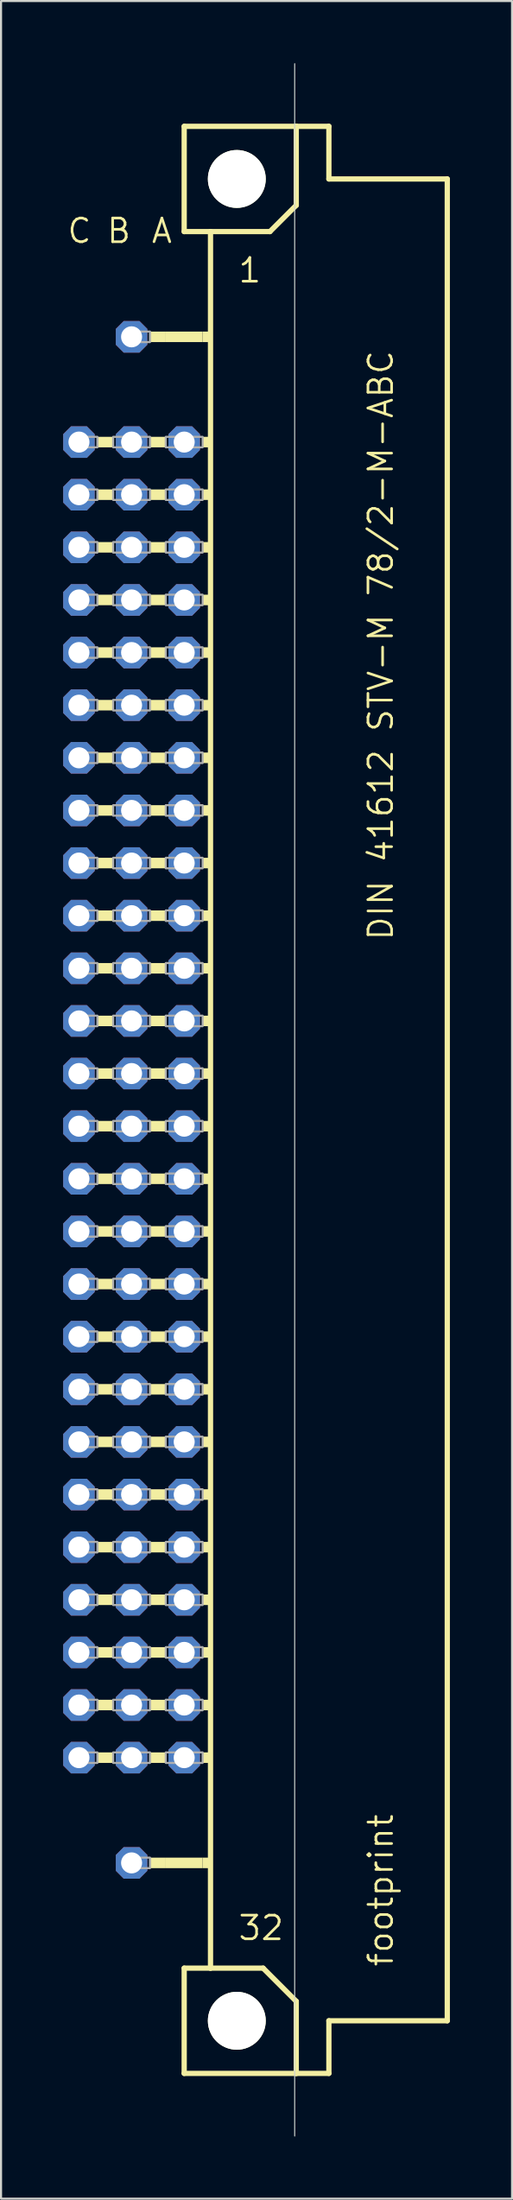
<source format=kicad_pcb>
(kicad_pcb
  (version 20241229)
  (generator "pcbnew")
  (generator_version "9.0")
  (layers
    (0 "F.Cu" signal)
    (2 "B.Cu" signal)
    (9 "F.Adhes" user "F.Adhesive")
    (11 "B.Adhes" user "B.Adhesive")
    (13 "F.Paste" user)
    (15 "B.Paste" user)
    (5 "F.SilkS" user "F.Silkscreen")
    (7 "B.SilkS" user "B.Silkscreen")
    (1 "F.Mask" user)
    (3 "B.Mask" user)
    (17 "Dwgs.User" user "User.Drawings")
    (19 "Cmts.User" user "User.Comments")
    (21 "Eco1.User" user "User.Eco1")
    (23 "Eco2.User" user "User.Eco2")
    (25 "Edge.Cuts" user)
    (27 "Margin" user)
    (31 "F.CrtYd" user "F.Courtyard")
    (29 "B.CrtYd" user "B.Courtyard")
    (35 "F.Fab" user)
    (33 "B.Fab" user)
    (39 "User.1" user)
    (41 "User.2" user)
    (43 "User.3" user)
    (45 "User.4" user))
  (footprint "footprint"
    (layer "F.Cu")
    (at 8.382 50.038)
    (property "Reference" "footprint" (at 7.62 41.91 90) (layer "F.SilkS") (effects (font (size 1.143 1.143) (thickness 0.127)) (justify left bottom)))
    (fp_line (start -2.54 -46.99) (end -2.54 -41.91) (stroke (width 0.254) (type solid)) (layer "F.SilkS"))
    (fp_line (start -2.54 -41.91) (end -1.27 -41.91) (stroke (width 0.254) (type solid)) (layer "F.SilkS"))
    (fp_line (start -2.54 41.91) (end -2.54 46.99) (stroke (width 0.254) (type solid)) (layer "F.SilkS"))
    (fp_line (start -2.54 41.91) (end -1.27 41.91) (stroke (width 0.254) (type solid)) (layer "F.SilkS"))
    (fp_line (start -2.54 46.99) (end 2.87 46.99) (stroke (width 0.254) (type solid)) (layer "F.SilkS"))
    (fp_line (start -1.27 -41.91) (end -1.27 41.91) (stroke (width 0.254) (type solid)) (layer "F.SilkS"))
    (fp_line (start -1.27 -41.91) (end 1.6 -41.91) (stroke (width 0.254) (type solid)) (layer "F.SilkS"))
    (fp_line (start -1.27 41.91) (end 1.27 41.91) (stroke (width 0.254) (type solid)) (layer "F.SilkS"))
    (fp_line (start 1.6 -41.91) (end 2.87 -43.18) (stroke (width 0.254) (type solid)) (layer "F.SilkS"))
    (fp_line (start 2.87 -46.99) (end -2.54 -46.99) (stroke (width 0.254) (type solid)) (layer "F.SilkS"))
    (fp_line (start 2.87 -43.18) (end 2.87 -46.99) (stroke (width 0.254) (type solid)) (layer "F.SilkS"))
    (fp_line (start 2.87 43.51) (end 1.27 41.91) (stroke (width 0.254) (type solid)) (layer "F.SilkS"))
    (fp_line (start 2.87 43.51) (end 2.87 46.99) (stroke (width 0.254) (type solid)) (layer "F.SilkS"))
    (fp_line (start 2.87 46.99) (end 4.445 46.99) (stroke (width 0.254) (type solid)) (layer "F.SilkS"))
    (fp_line (start 4.445 -46.99) (end 2.87 -46.99) (stroke (width 0.254) (type solid)) (layer "F.SilkS"))
    (fp_line (start 4.445 -44.45) (end 4.445 -46.99) (stroke (width 0.254) (type solid)) (layer "F.SilkS"))
    (fp_line (start 4.445 44.45) (end 10.16 44.45) (stroke (width 0.254) (type solid)) (layer "F.SilkS"))
    (fp_line (start 4.445 46.99) (end 4.445 44.45) (stroke (width 0.254) (type solid)) (layer "F.SilkS"))
    (fp_line (start 10.16 -44.45) (end 4.445 -44.45) (stroke (width 0.254) (type solid)) (layer "F.SilkS"))
    (fp_line (start 10.16 44.45) (end 10.16 -44.45) (stroke (width 0.254) (type solid)) (layer "F.SilkS"))
    (fp_circle (center 0 -44.45) (end 1.27 -44.45) (stroke (width 0.254) (type solid)) (fill no) (layer "F.SilkS"))
    (fp_circle (center 0 44.45) (end 1.27 44.45) (stroke (width 0.254) (type solid)) (fill no) (layer "F.SilkS"))
    (fp_poly (pts (xy -6.731 -31.496) (xy -5.969 -31.496) (xy -5.969 -32.004) (xy -6.731 -32.004)) (stroke (width 0) (type solid)) (fill yes) (layer "F.SilkS"))
    (fp_poly (pts (xy -6.731 -28.956) (xy -5.969 -28.956) (xy -5.969 -29.464) (xy -6.731 -29.464)) (stroke (width 0) (type solid)) (fill yes) (layer "F.SilkS"))
    (fp_poly (pts (xy -6.731 -26.416) (xy -5.969 -26.416) (xy -5.969 -26.924) (xy -6.731 -26.924)) (stroke (width 0) (type solid)) (fill yes) (layer "F.SilkS"))
    (fp_poly (pts (xy -6.731 -23.876) (xy -5.969 -23.876) (xy -5.969 -24.384) (xy -6.731 -24.384)) (stroke (width 0) (type solid)) (fill yes) (layer "F.SilkS"))
    (fp_poly (pts (xy -6.731 -21.336) (xy -5.969 -21.336) (xy -5.969 -21.844) (xy -6.731 -21.844)) (stroke (width 0) (type solid)) (fill yes) (layer "F.SilkS"))
    (fp_poly (pts (xy -6.731 -18.796) (xy -5.969 -18.796) (xy -5.969 -19.304) (xy -6.731 -19.304)) (stroke (width 0) (type solid)) (fill yes) (layer "F.SilkS"))
    (fp_poly (pts (xy -6.731 -16.256) (xy -5.969 -16.256) (xy -5.969 -16.764) (xy -6.731 -16.764)) (stroke (width 0) (type solid)) (fill yes) (layer "F.SilkS"))
    (fp_poly (pts (xy -6.731 -13.716) (xy -5.969 -13.716) (xy -5.969 -14.224) (xy -6.731 -14.224)) (stroke (width 0) (type solid)) (fill yes) (layer "F.SilkS"))
    (fp_poly (pts (xy -6.731 -11.176) (xy -5.969 -11.176) (xy -5.969 -11.684) (xy -6.731 -11.684)) (stroke (width 0) (type solid)) (fill yes) (layer "F.SilkS"))
    (fp_poly (pts (xy -6.731 -8.636) (xy -5.969 -8.636) (xy -5.969 -9.144) (xy -6.731 -9.144)) (stroke (width 0) (type solid)) (fill yes) (layer "F.SilkS"))
    (fp_poly (pts (xy -6.731 -6.096) (xy -5.969 -6.096) (xy -5.969 -6.604) (xy -6.731 -6.604)) (stroke (width 0) (type solid)) (fill yes) (layer "F.SilkS"))
    (fp_poly (pts (xy -6.731 -3.556) (xy -5.969 -3.556) (xy -5.969 -4.064) (xy -6.731 -4.064)) (stroke (width 0) (type solid)) (fill yes) (layer "F.SilkS"))
    (fp_poly (pts (xy -6.731 -1.016) (xy -5.969 -1.016) (xy -5.969 -1.524) (xy -6.731 -1.524)) (stroke (width 0) (type solid)) (fill yes) (layer "F.SilkS"))
    (fp_poly (pts (xy -6.731 1.524) (xy -5.969 1.524) (xy -5.969 1.016) (xy -6.731 1.016)) (stroke (width 0) (type solid)) (fill yes) (layer "F.SilkS"))
    (fp_poly (pts (xy -6.731 4.064) (xy -5.969 4.064) (xy -5.969 3.556) (xy -6.731 3.556)) (stroke (width 0) (type solid)) (fill yes) (layer "F.SilkS"))
    (fp_poly (pts (xy -6.731 6.604) (xy -5.969 6.604) (xy -5.969 6.096) (xy -6.731 6.096)) (stroke (width 0) (type solid)) (fill yes) (layer "F.SilkS"))
    (fp_poly (pts (xy -6.731 9.144) (xy -5.969 9.144) (xy -5.969 8.636) (xy -6.731 8.636)) (stroke (width 0) (type solid)) (fill yes) (layer "F.SilkS"))
    (fp_poly (pts (xy -6.731 11.684) (xy -5.969 11.684) (xy -5.969 11.176) (xy -6.731 11.176)) (stroke (width 0) (type solid)) (fill yes) (layer "F.SilkS"))
    (fp_poly (pts (xy -6.731 14.224) (xy -5.969 14.224) (xy -5.969 13.716) (xy -6.731 13.716)) (stroke (width 0) (type solid)) (fill yes) (layer "F.SilkS"))
    (fp_poly (pts (xy -6.731 16.764) (xy -5.969 16.764) (xy -5.969 16.256) (xy -6.731 16.256)) (stroke (width 0) (type solid)) (fill yes) (layer "F.SilkS"))
    (fp_poly (pts (xy -6.731 19.304) (xy -5.969 19.304) (xy -5.969 18.796) (xy -6.731 18.796)) (stroke (width 0) (type solid)) (fill yes) (layer "F.SilkS"))
    (fp_poly (pts (xy -6.731 21.844) (xy -5.969 21.844) (xy -5.969 21.336) (xy -6.731 21.336)) (stroke (width 0) (type solid)) (fill yes) (layer "F.SilkS"))
    (fp_poly (pts (xy -6.731 24.384) (xy -5.969 24.384) (xy -5.969 23.876) (xy -6.731 23.876)) (stroke (width 0) (type solid)) (fill yes) (layer "F.SilkS"))
    (fp_poly (pts (xy -6.731 26.924) (xy -5.969 26.924) (xy -5.969 26.416) (xy -6.731 26.416)) (stroke (width 0) (type solid)) (fill yes) (layer "F.SilkS"))
    (fp_poly (pts (xy -6.731 29.464) (xy -5.969 29.464) (xy -5.969 28.956) (xy -6.731 28.956)) (stroke (width 0) (type solid)) (fill yes) (layer "F.SilkS"))
    (fp_poly (pts (xy -6.731 32.004) (xy -5.969 32.004) (xy -5.969 31.496) (xy -6.731 31.496)) (stroke (width 0) (type solid)) (fill yes) (layer "F.SilkS"))
    (fp_poly (pts (xy -4.191 -36.576) (xy -3.429 -36.576) (xy -3.429 -37.084) (xy -4.191 -37.084)) (stroke (width 0) (type solid)) (fill yes) (layer "F.SilkS"))
    (fp_poly (pts (xy -4.191 -31.496) (xy -3.429 -31.496) (xy -3.429 -32.004) (xy -4.191 -32.004)) (stroke (width 0) (type solid)) (fill yes) (layer "F.SilkS"))
    (fp_poly (pts (xy -4.191 -28.956) (xy -3.429 -28.956) (xy -3.429 -29.464) (xy -4.191 -29.464)) (stroke (width 0) (type solid)) (fill yes) (layer "F.SilkS"))
    (fp_poly (pts (xy -4.191 -26.416) (xy -3.429 -26.416) (xy -3.429 -26.924) (xy -4.191 -26.924)) (stroke (width 0) (type solid)) (fill yes) (layer "F.SilkS"))
    (fp_poly (pts (xy -4.191 -23.876) (xy -3.429 -23.876) (xy -3.429 -24.384) (xy -4.191 -24.384)) (stroke (width 0) (type solid)) (fill yes) (layer "F.SilkS"))
    (fp_poly (pts (xy -4.191 -21.336) (xy -3.429 -21.336) (xy -3.429 -21.844) (xy -4.191 -21.844)) (stroke (width 0) (type solid)) (fill yes) (layer "F.SilkS"))
    (fp_poly (pts (xy -4.191 -18.796) (xy -3.429 -18.796) (xy -3.429 -19.304) (xy -4.191 -19.304)) (stroke (width 0) (type solid)) (fill yes) (layer "F.SilkS"))
    (fp_poly (pts (xy -4.191 -16.256) (xy -3.429 -16.256) (xy -3.429 -16.764) (xy -4.191 -16.764)) (stroke (width 0) (type solid)) (fill yes) (layer "F.SilkS"))
    (fp_poly (pts (xy -4.191 -13.716) (xy -3.429 -13.716) (xy -3.429 -14.224) (xy -4.191 -14.224)) (stroke (width 0) (type solid)) (fill yes) (layer "F.SilkS"))
    (fp_poly (pts (xy -4.191 -11.176) (xy -3.429 -11.176) (xy -3.429 -11.684) (xy -4.191 -11.684)) (stroke (width 0) (type solid)) (fill yes) (layer "F.SilkS"))
    (fp_poly (pts (xy -4.191 -8.636) (xy -3.429 -8.636) (xy -3.429 -9.144) (xy -4.191 -9.144)) (stroke (width 0) (type solid)) (fill yes) (layer "F.SilkS"))
    (fp_poly (pts (xy -4.191 -6.096) (xy -3.429 -6.096) (xy -3.429 -6.604) (xy -4.191 -6.604)) (stroke (width 0) (type solid)) (fill yes) (layer "F.SilkS"))
    (fp_poly (pts (xy -4.191 -3.556) (xy -3.429 -3.556) (xy -3.429 -4.064) (xy -4.191 -4.064)) (stroke (width 0) (type solid)) (fill yes) (layer "F.SilkS"))
    (fp_poly (pts (xy -4.191 -1.016) (xy -3.429 -1.016) (xy -3.429 -1.524) (xy -4.191 -1.524)) (stroke (width 0) (type solid)) (fill yes) (layer "F.SilkS"))
    (fp_poly (pts (xy -4.191 1.524) (xy -3.429 1.524) (xy -3.429 1.016) (xy -4.191 1.016)) (stroke (width 0) (type solid)) (fill yes) (layer "F.SilkS"))
    (fp_poly (pts (xy -4.191 4.064) (xy -3.429 4.064) (xy -3.429 3.556) (xy -4.191 3.556)) (stroke (width 0) (type solid)) (fill yes) (layer "F.SilkS"))
    (fp_poly (pts (xy -4.191 6.604) (xy -3.429 6.604) (xy -3.429 6.096) (xy -4.191 6.096)) (stroke (width 0) (type solid)) (fill yes) (layer "F.SilkS"))
    (fp_poly (pts (xy -4.191 9.144) (xy -3.429 9.144) (xy -3.429 8.636) (xy -4.191 8.636)) (stroke (width 0) (type solid)) (fill yes) (layer "F.SilkS"))
    (fp_poly (pts (xy -4.191 11.684) (xy -3.429 11.684) (xy -3.429 11.176) (xy -4.191 11.176)) (stroke (width 0) (type solid)) (fill yes) (layer "F.SilkS"))
    (fp_poly (pts (xy -4.191 14.224) (xy -3.429 14.224) (xy -3.429 13.716) (xy -4.191 13.716)) (stroke (width 0) (type solid)) (fill yes) (layer "F.SilkS"))
    (fp_poly (pts (xy -4.191 16.764) (xy -3.429 16.764) (xy -3.429 16.256) (xy -4.191 16.256)) (stroke (width 0) (type solid)) (fill yes) (layer "F.SilkS"))
    (fp_poly (pts (xy -4.191 19.304) (xy -3.429 19.304) (xy -3.429 18.796) (xy -4.191 18.796)) (stroke (width 0) (type solid)) (fill yes) (layer "F.SilkS"))
    (fp_poly (pts (xy -4.191 21.844) (xy -3.429 21.844) (xy -3.429 21.336) (xy -4.191 21.336)) (stroke (width 0) (type solid)) (fill yes) (layer "F.SilkS"))
    (fp_poly (pts (xy -4.191 24.384) (xy -3.429 24.384) (xy -3.429 23.876) (xy -4.191 23.876)) (stroke (width 0) (type solid)) (fill yes) (layer "F.SilkS"))
    (fp_poly (pts (xy -4.191 26.924) (xy -3.429 26.924) (xy -3.429 26.416) (xy -4.191 26.416)) (stroke (width 0) (type solid)) (fill yes) (layer "F.SilkS"))
    (fp_poly (pts (xy -4.191 29.464) (xy -3.429 29.464) (xy -3.429 28.956) (xy -4.191 28.956)) (stroke (width 0) (type solid)) (fill yes) (layer "F.SilkS"))
    (fp_poly (pts (xy -4.191 32.004) (xy -3.429 32.004) (xy -3.429 31.496) (xy -4.191 31.496)) (stroke (width 0) (type solid)) (fill yes) (layer "F.SilkS"))
    (fp_poly (pts (xy -4.191 37.084) (xy -3.429 37.084) (xy -3.429 36.576) (xy -4.191 36.576)) (stroke (width 0) (type solid)) (fill yes) (layer "F.SilkS"))
    (fp_poly (pts (xy -3.429 -36.576) (xy -1.651 -36.576) (xy -1.651 -37.084) (xy -3.429 -37.084)) (stroke (width 0) (type solid)) (fill yes) (layer "F.SilkS"))
    (fp_poly (pts (xy -3.429 37.084) (xy -1.651 37.084) (xy -1.651 36.576) (xy -3.429 36.576)) (stroke (width 0) (type solid)) (fill yes) (layer "F.SilkS"))
    (fp_poly (pts (xy -1.651 -36.576) (xy -1.27 -36.576) (xy -1.27 -37.084) (xy -1.651 -37.084)) (stroke (width 0) (type solid)) (fill yes) (layer "F.SilkS"))
    (fp_poly (pts (xy -1.651 -31.496) (xy -1.27 -31.496) (xy -1.27 -32.004) (xy -1.651 -32.004)) (stroke (width 0) (type solid)) (fill yes) (layer "F.SilkS"))
    (fp_poly (pts (xy -1.651 -28.956) (xy -1.27 -28.956) (xy -1.27 -29.464) (xy -1.651 -29.464)) (stroke (width 0) (type solid)) (fill yes) (layer "F.SilkS"))
    (fp_poly (pts (xy -1.651 -26.416) (xy -1.27 -26.416) (xy -1.27 -26.924) (xy -1.651 -26.924)) (stroke (width 0) (type solid)) (fill yes) (layer "F.SilkS"))
    (fp_poly (pts (xy -1.651 -23.876) (xy -1.27 -23.876) (xy -1.27 -24.384) (xy -1.651 -24.384)) (stroke (width 0) (type solid)) (fill yes) (layer "F.SilkS"))
    (fp_poly (pts (xy -1.651 -21.336) (xy -1.27 -21.336) (xy -1.27 -21.844) (xy -1.651 -21.844)) (stroke (width 0) (type solid)) (fill yes) (layer "F.SilkS"))
    (fp_poly (pts (xy -1.651 -18.796) (xy -1.27 -18.796) (xy -1.27 -19.304) (xy -1.651 -19.304)) (stroke (width 0) (type solid)) (fill yes) (layer "F.SilkS"))
    (fp_poly (pts (xy -1.651 -16.256) (xy -1.27 -16.256) (xy -1.27 -16.764) (xy -1.651 -16.764)) (stroke (width 0) (type solid)) (fill yes) (layer "F.SilkS"))
    (fp_poly (pts (xy -1.651 -13.716) (xy -1.27 -13.716) (xy -1.27 -14.224) (xy -1.651 -14.224)) (stroke (width 0) (type solid)) (fill yes) (layer "F.SilkS"))
    (fp_poly (pts (xy -1.651 -11.176) (xy -1.27 -11.176) (xy -1.27 -11.684) (xy -1.651 -11.684)) (stroke (width 0) (type solid)) (fill yes) (layer "F.SilkS"))
    (fp_poly (pts (xy -1.651 -8.636) (xy -1.27 -8.636) (xy -1.27 -9.144) (xy -1.651 -9.144)) (stroke (width 0) (type solid)) (fill yes) (layer "F.SilkS"))
    (fp_poly (pts (xy -1.651 -6.096) (xy -1.27 -6.096) (xy -1.27 -6.604) (xy -1.651 -6.604)) (stroke (width 0) (type solid)) (fill yes) (layer "F.SilkS"))
    (fp_poly (pts (xy -1.651 -3.556) (xy -1.27 -3.556) (xy -1.27 -4.064) (xy -1.651 -4.064)) (stroke (width 0) (type solid)) (fill yes) (layer "F.SilkS"))
    (fp_poly (pts (xy -1.651 -1.016) (xy -1.27 -1.016) (xy -1.27 -1.524) (xy -1.651 -1.524)) (stroke (width 0) (type solid)) (fill yes) (layer "F.SilkS"))
    (fp_poly (pts (xy -1.651 1.524) (xy -1.27 1.524) (xy -1.27 1.016) (xy -1.651 1.016)) (stroke (width 0) (type solid)) (fill yes) (layer "F.SilkS"))
    (fp_poly (pts (xy -1.651 4.064) (xy -1.27 4.064) (xy -1.27 3.556) (xy -1.651 3.556)) (stroke (width 0) (type solid)) (fill yes) (layer "F.SilkS"))
    (fp_poly (pts (xy -1.651 6.604) (xy -1.27 6.604) (xy -1.27 6.096) (xy -1.651 6.096)) (stroke (width 0) (type solid)) (fill yes) (layer "F.SilkS"))
    (fp_poly (pts (xy -1.651 9.144) (xy -1.27 9.144) (xy -1.27 8.636) (xy -1.651 8.636)) (stroke (width 0) (type solid)) (fill yes) (layer "F.SilkS"))
    (fp_poly (pts (xy -1.651 11.684) (xy -1.27 11.684) (xy -1.27 11.176) (xy -1.651 11.176)) (stroke (width 0) (type solid)) (fill yes) (layer "F.SilkS"))
    (fp_poly (pts (xy -1.651 14.224) (xy -1.27 14.224) (xy -1.27 13.716) (xy -1.651 13.716)) (stroke (width 0) (type solid)) (fill yes) (layer "F.SilkS"))
    (fp_poly (pts (xy -1.651 16.764) (xy -1.27 16.764) (xy -1.27 16.256) (xy -1.651 16.256)) (stroke (width 0) (type solid)) (fill yes) (layer "F.SilkS"))
    (fp_poly (pts (xy -1.651 19.304) (xy -1.27 19.304) (xy -1.27 18.796) (xy -1.651 18.796)) (stroke (width 0) (type solid)) (fill yes) (layer "F.SilkS"))
    (fp_poly (pts (xy -1.651 21.844) (xy -1.27 21.844) (xy -1.27 21.336) (xy -1.651 21.336)) (stroke (width 0) (type solid)) (fill yes) (layer "F.SilkS"))
    (fp_poly (pts (xy -1.651 24.384) (xy -1.27 24.384) (xy -1.27 23.876) (xy -1.651 23.876)) (stroke (width 0) (type solid)) (fill yes) (layer "F.SilkS"))
    (fp_poly (pts (xy -1.651 26.924) (xy -1.27 26.924) (xy -1.27 26.416) (xy -1.651 26.416)) (stroke (width 0) (type solid)) (fill yes) (layer "F.SilkS"))
    (fp_poly (pts (xy -1.651 29.464) (xy -1.27 29.464) (xy -1.27 28.956) (xy -1.651 28.956)) (stroke (width 0) (type solid)) (fill yes) (layer "F.SilkS"))
    (fp_poly (pts (xy -1.651 32.004) (xy -1.27 32.004) (xy -1.27 31.496) (xy -1.651 31.496)) (stroke (width 0) (type solid)) (fill yes) (layer "F.SilkS"))
    (fp_poly (pts (xy -1.651 37.084) (xy -1.27 37.084) (xy -1.27 36.576) (xy -1.651 36.576)) (stroke (width 0) (type solid)) (fill yes) (layer "F.SilkS"))
    (fp_line (start 2.794 50.013) (end 2.794 -50.013) (stroke (width 0.05) (type solid)) (layer "Edge.Cuts"))
    (fp_poly (pts (xy -7.874 -31.496) (xy -6.731 -31.496) (xy -6.731 -32.004) (xy -7.874 -32.004)) (stroke (width 0.1) (type solid)) (fill no) (layer "F.Fab"))
    (fp_poly (pts (xy -7.874 -28.956) (xy -6.731 -28.956) (xy -6.731 -29.464) (xy -7.874 -29.464)) (stroke (width 0.1) (type solid)) (fill no) (layer "F.Fab"))
    (fp_poly (pts (xy -7.874 -26.416) (xy -6.731 -26.416) (xy -6.731 -26.924) (xy -7.874 -26.924)) (stroke (width 0.1) (type solid)) (fill no) (layer "F.Fab"))
    (fp_poly (pts (xy -7.874 -23.876) (xy -6.731 -23.876) (xy -6.731 -24.384) (xy -7.874 -24.384)) (stroke (width 0.1) (type solid)) (fill no) (layer "F.Fab"))
    (fp_poly (pts (xy -7.874 -21.336) (xy -6.731 -21.336) (xy -6.731 -21.844) (xy -7.874 -21.844)) (stroke (width 0.1) (type solid)) (fill no) (layer "F.Fab"))
    (fp_poly (pts (xy -7.874 -18.796) (xy -6.731 -18.796) (xy -6.731 -19.304) (xy -7.874 -19.304)) (stroke (width 0.1) (type solid)) (fill no) (layer "F.Fab"))
    (fp_poly (pts (xy -7.874 -16.256) (xy -6.731 -16.256) (xy -6.731 -16.764) (xy -7.874 -16.764)) (stroke (width 0.1) (type solid)) (fill no) (layer "F.Fab"))
    (fp_poly (pts (xy -7.874 -13.716) (xy -6.731 -13.716) (xy -6.731 -14.224) (xy -7.874 -14.224)) (stroke (width 0.1) (type solid)) (fill no) (layer "F.Fab"))
    (fp_poly (pts (xy -7.874 -11.176) (xy -6.731 -11.176) (xy -6.731 -11.684) (xy -7.874 -11.684)) (stroke (width 0.1) (type solid)) (fill no) (layer "F.Fab"))
    (fp_poly (pts (xy -7.874 -8.636) (xy -6.731 -8.636) (xy -6.731 -9.144) (xy -7.874 -9.144)) (stroke (width 0.1) (type solid)) (fill no) (layer "F.Fab"))
    (fp_poly (pts (xy -7.874 -6.096) (xy -6.731 -6.096) (xy -6.731 -6.604) (xy -7.874 -6.604)) (stroke (width 0.1) (type solid)) (fill no) (layer "F.Fab"))
    (fp_poly (pts (xy -7.874 -3.556) (xy -6.731 -3.556) (xy -6.731 -4.064) (xy -7.874 -4.064)) (stroke (width 0.1) (type solid)) (fill no) (layer "F.Fab"))
    (fp_poly (pts (xy -7.874 -1.016) (xy -6.731 -1.016) (xy -6.731 -1.524) (xy -7.874 -1.524)) (stroke (width 0.1) (type solid)) (fill no) (layer "F.Fab"))
    (fp_poly (pts (xy -7.874 1.524) (xy -6.731 1.524) (xy -6.731 1.016) (xy -7.874 1.016)) (stroke (width 0.1) (type solid)) (fill no) (layer "F.Fab"))
    (fp_poly (pts (xy -7.874 4.064) (xy -6.731 4.064) (xy -6.731 3.556) (xy -7.874 3.556)) (stroke (width 0.1) (type solid)) (fill no) (layer "F.Fab"))
    (fp_poly (pts (xy -7.874 6.604) (xy -6.731 6.604) (xy -6.731 6.096) (xy -7.874 6.096)) (stroke (width 0.1) (type solid)) (fill no) (layer "F.Fab"))
    (fp_poly (pts (xy -7.874 9.144) (xy -6.731 9.144) (xy -6.731 8.636) (xy -7.874 8.636)) (stroke (width 0.1) (type solid)) (fill no) (layer "F.Fab"))
    (fp_poly (pts (xy -7.874 11.684) (xy -6.731 11.684) (xy -6.731 11.176) (xy -7.874 11.176)) (stroke (width 0.1) (type solid)) (fill no) (layer "F.Fab"))
    (fp_poly (pts (xy -7.874 14.224) (xy -6.731 14.224) (xy -6.731 13.716) (xy -7.874 13.716)) (stroke (width 0.1) (type solid)) (fill no) (layer "F.Fab"))
    (fp_poly (pts (xy -7.874 16.764) (xy -6.731 16.764) (xy -6.731 16.256) (xy -7.874 16.256)) (stroke (width 0.1) (type solid)) (fill no) (layer "F.Fab"))
    (fp_poly (pts (xy -7.874 19.304) (xy -6.731 19.304) (xy -6.731 18.796) (xy -7.874 18.796)) (stroke (width 0.1) (type solid)) (fill no) (layer "F.Fab"))
    (fp_poly (pts (xy -7.874 21.844) (xy -6.731 21.844) (xy -6.731 21.336) (xy -7.874 21.336)) (stroke (width 0.1) (type solid)) (fill no) (layer "F.Fab"))
    (fp_poly (pts (xy -7.874 24.384) (xy -6.731 24.384) (xy -6.731 23.876) (xy -7.874 23.876)) (stroke (width 0.1) (type solid)) (fill no) (layer "F.Fab"))
    (fp_poly (pts (xy -7.874 26.924) (xy -6.731 26.924) (xy -6.731 26.416) (xy -7.874 26.416)) (stroke (width 0.1) (type solid)) (fill no) (layer "F.Fab"))
    (fp_poly (pts (xy -7.874 29.464) (xy -6.731 29.464) (xy -6.731 28.956) (xy -7.874 28.956)) (stroke (width 0.1) (type solid)) (fill no) (layer "F.Fab"))
    (fp_poly (pts (xy -7.874 32.004) (xy -6.731 32.004) (xy -6.731 31.496) (xy -7.874 31.496)) (stroke (width 0.1) (type solid)) (fill no) (layer "F.Fab"))
    (fp_poly (pts (xy -5.969 -31.496) (xy -4.191 -31.496) (xy -4.191 -32.004) (xy -5.969 -32.004)) (stroke (width 0.1) (type solid)) (fill no) (layer "F.Fab"))
    (fp_poly (pts (xy -5.969 -28.956) (xy -4.191 -28.956) (xy -4.191 -29.464) (xy -5.969 -29.464)) (stroke (width 0.1) (type solid)) (fill no) (layer "F.Fab"))
    (fp_poly (pts (xy -5.969 -26.416) (xy -4.191 -26.416) (xy -4.191 -26.924) (xy -5.969 -26.924)) (stroke (width 0.1) (type solid)) (fill no) (layer "F.Fab"))
    (fp_poly (pts (xy -5.969 -23.876) (xy -4.191 -23.876) (xy -4.191 -24.384) (xy -5.969 -24.384)) (stroke (width 0.1) (type solid)) (fill no) (layer "F.Fab"))
    (fp_poly (pts (xy -5.969 -21.336) (xy -4.191 -21.336) (xy -4.191 -21.844) (xy -5.969 -21.844)) (stroke (width 0.1) (type solid)) (fill no) (layer "F.Fab"))
    (fp_poly (pts (xy -5.969 -18.796) (xy -4.191 -18.796) (xy -4.191 -19.304) (xy -5.969 -19.304)) (stroke (width 0.1) (type solid)) (fill no) (layer "F.Fab"))
    (fp_poly (pts (xy -5.969 -16.256) (xy -4.191 -16.256) (xy -4.191 -16.764) (xy -5.969 -16.764)) (stroke (width 0.1) (type solid)) (fill no) (layer "F.Fab"))
    (fp_poly (pts (xy -5.969 -13.716) (xy -4.191 -13.716) (xy -4.191 -14.224) (xy -5.969 -14.224)) (stroke (width 0.1) (type solid)) (fill no) (layer "F.Fab"))
    (fp_poly (pts (xy -5.969 -11.176) (xy -4.191 -11.176) (xy -4.191 -11.684) (xy -5.969 -11.684)) (stroke (width 0.1) (type solid)) (fill no) (layer "F.Fab"))
    (fp_poly (pts (xy -5.969 -8.636) (xy -4.191 -8.636) (xy -4.191 -9.144) (xy -5.969 -9.144)) (stroke (width 0.1) (type solid)) (fill no) (layer "F.Fab"))
    (fp_poly (pts (xy -5.969 -6.096) (xy -4.191 -6.096) (xy -4.191 -6.604) (xy -5.969 -6.604)) (stroke (width 0.1) (type solid)) (fill no) (layer "F.Fab"))
    (fp_poly (pts (xy -5.969 -3.556) (xy -4.191 -3.556) (xy -4.191 -4.064) (xy -5.969 -4.064)) (stroke (width 0.1) (type solid)) (fill no) (layer "F.Fab"))
    (fp_poly (pts (xy -5.969 -1.016) (xy -4.191 -1.016) (xy -4.191 -1.524) (xy -5.969 -1.524)) (stroke (width 0.1) (type solid)) (fill no) (layer "F.Fab"))
    (fp_poly (pts (xy -5.969 1.524) (xy -4.191 1.524) (xy -4.191 1.016) (xy -5.969 1.016)) (stroke (width 0.1) (type solid)) (fill no) (layer "F.Fab"))
    (fp_poly (pts (xy -5.969 4.064) (xy -4.191 4.064) (xy -4.191 3.556) (xy -5.969 3.556)) (stroke (width 0.1) (type solid)) (fill no) (layer "F.Fab"))
    (fp_poly (pts (xy -5.969 6.604) (xy -4.191 6.604) (xy -4.191 6.096) (xy -5.969 6.096)) (stroke (width 0.1) (type solid)) (fill no) (layer "F.Fab"))
    (fp_poly (pts (xy -5.969 9.144) (xy -4.191 9.144) (xy -4.191 8.636) (xy -5.969 8.636)) (stroke (width 0.1) (type solid)) (fill no) (layer "F.Fab"))
    (fp_poly (pts (xy -5.969 11.684) (xy -4.191 11.684) (xy -4.191 11.176) (xy -5.969 11.176)) (stroke (width 0.1) (type solid)) (fill no) (layer "F.Fab"))
    (fp_poly (pts (xy -5.969 14.224) (xy -4.191 14.224) (xy -4.191 13.716) (xy -5.969 13.716)) (stroke (width 0.1) (type solid)) (fill no) (layer "F.Fab"))
    (fp_poly (pts (xy -5.969 16.764) (xy -4.191 16.764) (xy -4.191 16.256) (xy -5.969 16.256)) (stroke (width 0.1) (type solid)) (fill no) (layer "F.Fab"))
    (fp_poly (pts (xy -5.969 19.304) (xy -4.191 19.304) (xy -4.191 18.796) (xy -5.969 18.796)) (stroke (width 0.1) (type solid)) (fill no) (layer "F.Fab"))
    (fp_poly (pts (xy -5.969 21.844) (xy -4.191 21.844) (xy -4.191 21.336) (xy -5.969 21.336)) (stroke (width 0.1) (type solid)) (fill no) (layer "F.Fab"))
    (fp_poly (pts (xy -5.969 24.384) (xy -4.191 24.384) (xy -4.191 23.876) (xy -5.969 23.876)) (stroke (width 0.1) (type solid)) (fill no) (layer "F.Fab"))
    (fp_poly (pts (xy -5.969 26.924) (xy -4.191 26.924) (xy -4.191 26.416) (xy -5.969 26.416)) (stroke (width 0.1) (type solid)) (fill no) (layer "F.Fab"))
    (fp_poly (pts (xy -5.969 29.464) (xy -4.191 29.464) (xy -4.191 28.956) (xy -5.969 28.956)) (stroke (width 0.1) (type solid)) (fill no) (layer "F.Fab"))
    (fp_poly (pts (xy -5.969 32.004) (xy -4.191 32.004) (xy -4.191 31.496) (xy -5.969 31.496)) (stroke (width 0.1) (type solid)) (fill no) (layer "F.Fab"))
    (fp_poly (pts (xy -5.334 -36.576) (xy -4.191 -36.576) (xy -4.191 -37.084) (xy -5.334 -37.084)) (stroke (width 0.1) (type solid)) (fill no) (layer "F.Fab"))
    (fp_poly (pts (xy -5.334 37.084) (xy -4.191 37.084) (xy -4.191 36.576) (xy -5.334 36.576)) (stroke (width 0.1) (type solid)) (fill no) (layer "F.Fab"))
    (fp_poly (pts (xy -3.429 -31.496) (xy -1.651 -31.496) (xy -1.651 -32.004) (xy -3.429 -32.004)) (stroke (width 0.1) (type solid)) (fill no) (layer "F.Fab"))
    (fp_poly (pts (xy -3.429 -28.956) (xy -1.651 -28.956) (xy -1.651 -29.464) (xy -3.429 -29.464)) (stroke (width 0.1) (type solid)) (fill no) (layer "F.Fab"))
    (fp_poly (pts (xy -3.429 -26.416) (xy -1.651 -26.416) (xy -1.651 -26.924) (xy -3.429 -26.924)) (stroke (width 0.1) (type solid)) (fill no) (layer "F.Fab"))
    (fp_poly (pts (xy -3.429 -23.876) (xy -1.651 -23.876) (xy -1.651 -24.384) (xy -3.429 -24.384)) (stroke (width 0.1) (type solid)) (fill no) (layer "F.Fab"))
    (fp_poly (pts (xy -3.429 -21.336) (xy -1.651 -21.336) (xy -1.651 -21.844) (xy -3.429 -21.844)) (stroke (width 0.1) (type solid)) (fill no) (layer "F.Fab"))
    (fp_poly (pts (xy -3.429 -18.796) (xy -1.651 -18.796) (xy -1.651 -19.304) (xy -3.429 -19.304)) (stroke (width 0.1) (type solid)) (fill no) (layer "F.Fab"))
    (fp_poly (pts (xy -3.429 -16.256) (xy -1.651 -16.256) (xy -1.651 -16.764) (xy -3.429 -16.764)) (stroke (width 0.1) (type solid)) (fill no) (layer "F.Fab"))
    (fp_poly (pts (xy -3.429 -13.716) (xy -1.651 -13.716) (xy -1.651 -14.224) (xy -3.429 -14.224)) (stroke (width 0.1) (type solid)) (fill no) (layer "F.Fab"))
    (fp_poly (pts (xy -3.429 -11.176) (xy -1.651 -11.176) (xy -1.651 -11.684) (xy -3.429 -11.684)) (stroke (width 0.1) (type solid)) (fill no) (layer "F.Fab"))
    (fp_poly (pts (xy -3.429 -8.636) (xy -1.651 -8.636) (xy -1.651 -9.144) (xy -3.429 -9.144)) (stroke (width 0.1) (type solid)) (fill no) (layer "F.Fab"))
    (fp_poly (pts (xy -3.429 -6.096) (xy -1.651 -6.096) (xy -1.651 -6.604) (xy -3.429 -6.604)) (stroke (width 0.1) (type solid)) (fill no) (layer "F.Fab"))
    (fp_poly (pts (xy -3.429 -3.556) (xy -1.651 -3.556) (xy -1.651 -4.064) (xy -3.429 -4.064)) (stroke (width 0.1) (type solid)) (fill no) (layer "F.Fab"))
    (fp_poly (pts (xy -3.429 -1.016) (xy -1.651 -1.016) (xy -1.651 -1.524) (xy -3.429 -1.524)) (stroke (width 0.1) (type solid)) (fill no) (layer "F.Fab"))
    (fp_poly (pts (xy -3.429 1.524) (xy -1.651 1.524) (xy -1.651 1.016) (xy -3.429 1.016)) (stroke (width 0.1) (type solid)) (fill no) (layer "F.Fab"))
    (fp_poly (pts (xy -3.429 4.064) (xy -1.651 4.064) (xy -1.651 3.556) (xy -3.429 3.556)) (stroke (width 0.1) (type solid)) (fill no) (layer "F.Fab"))
    (fp_poly (pts (xy -3.429 6.604) (xy -1.651 6.604) (xy -1.651 6.096) (xy -3.429 6.096)) (stroke (width 0.1) (type solid)) (fill no) (layer "F.Fab"))
    (fp_poly (pts (xy -3.429 9.144) (xy -1.651 9.144) (xy -1.651 8.636) (xy -3.429 8.636)) (stroke (width 0.1) (type solid)) (fill no) (layer "F.Fab"))
    (fp_poly (pts (xy -3.429 11.684) (xy -1.651 11.684) (xy -1.651 11.176) (xy -3.429 11.176)) (stroke (width 0.1) (type solid)) (fill no) (layer "F.Fab"))
    (fp_poly (pts (xy -3.429 14.224) (xy -1.651 14.224) (xy -1.651 13.716) (xy -3.429 13.716)) (stroke (width 0.1) (type solid)) (fill no) (layer "F.Fab"))
    (fp_poly (pts (xy -3.429 16.764) (xy -1.651 16.764) (xy -1.651 16.256) (xy -3.429 16.256)) (stroke (width 0.1) (type solid)) (fill no) (layer "F.Fab"))
    (fp_poly (pts (xy -3.429 19.304) (xy -1.651 19.304) (xy -1.651 18.796) (xy -3.429 18.796)) (stroke (width 0.1) (type solid)) (fill no) (layer "F.Fab"))
    (fp_poly (pts (xy -3.429 21.844) (xy -1.651 21.844) (xy -1.651 21.336) (xy -3.429 21.336)) (stroke (width 0.1) (type solid)) (fill no) (layer "F.Fab"))
    (fp_poly (pts (xy -3.429 24.384) (xy -1.651 24.384) (xy -1.651 23.876) (xy -3.429 23.876)) (stroke (width 0.1) (type solid)) (fill no) (layer "F.Fab"))
    (fp_poly (pts (xy -3.429 26.924) (xy -1.651 26.924) (xy -1.651 26.416) (xy -3.429 26.416)) (stroke (width 0.1) (type solid)) (fill no) (layer "F.Fab"))
    (fp_poly (pts (xy -3.429 29.464) (xy -1.651 29.464) (xy -1.651 28.956) (xy -3.429 28.956)) (stroke (width 0.1) (type solid)) (fill no) (layer "F.Fab"))
    (fp_poly (pts (xy -3.429 32.004) (xy -1.651 32.004) (xy -1.651 31.496) (xy -3.429 31.496)) (stroke (width 0.1) (type solid)) (fill no) (layer "F.Fab"))
    (fp_text user "C" (at -8.255 -41.275 0) (layer "F.SilkS") (effects (font (size 1.143 1.143) (thickness 0.127)) (justify left bottom)))
    (fp_text user "B" (at -6.35 -41.275 0) (layer "F.SilkS") (effects (font (size 1.143 1.143) (thickness 0.127)) (justify left bottom)))
    (fp_text user "32" (at 0 40.64 0) (layer "F.SilkS") (effects (font (size 1.143 1.143) (thickness 0.127)) (justify left bottom)))
    (fp_text user "1" (at 0 -39.37 0) (layer "F.SilkS") (effects (font (size 1.143 1.143) (thickness 0.127)) (justify left bottom)))
    (fp_text user "A" (at -4.191 -41.275 0) (layer "F.SilkS") (effects (font (size 1.143 1.143) (thickness 0.127)) (justify left bottom)))
    (fp_text user "DIN 41612 STV-M 78/2-M-ABC" (at 7.62 -7.62 90) (layer "F.SilkS") (effects (font (size 1.143 1.143) (thickness 0.127)) (justify left bottom)))
    (pad "" np_thru_hole circle (at 0 -44.45) (size 2.794 2.794) (drill 2.794) (layers "*.Cu" "*.Mask"))
    (pad "" np_thru_hole circle (at 0 44.45) (size 2.794 2.794) (drill 2.794) (layers "*.Cu" "*.Mask"))
    (pad "A4" thru_hole roundrect (at -2.54 -31.75) (size 1.524 1.524) (drill 1.016) (layers "*.Cu" "*.Mask") (roundrect_rratio 0.25) (chamfer_ratio 0.25) (chamfer top_left top_right bottom_left bottom_right))
    (pad "A5" thru_hole roundrect (at -2.54 -29.21) (size 1.524 1.524) (drill 1.016) (layers "*.Cu" "*.Mask") (roundrect_rratio 0.25) (chamfer_ratio 0.25) (chamfer top_left top_right bottom_left bottom_right))
    (pad "A6" thru_hole roundrect (at -2.54 -26.67) (size 1.524 1.524) (drill 1.016) (layers "*.Cu" "*.Mask") (roundrect_rratio 0.25) (chamfer_ratio 0.25) (chamfer top_left top_right bottom_left bottom_right))
    (pad "A7" thru_hole roundrect (at -2.54 -24.13) (size 1.524 1.524) (drill 1.016) (layers "*.Cu" "*.Mask") (roundrect_rratio 0.25) (chamfer_ratio 0.25) (chamfer top_left top_right bottom_left bottom_right))
    (pad "A8" thru_hole roundrect (at -2.54 -21.59) (size 1.524 1.524) (drill 1.016) (layers "*.Cu" "*.Mask") (roundrect_rratio 0.25) (chamfer_ratio 0.25) (chamfer top_left top_right bottom_left bottom_right))
    (pad "A9" thru_hole roundrect (at -2.54 -19.05) (size 1.524 1.524) (drill 1.016) (layers "*.Cu" "*.Mask") (roundrect_rratio 0.25) (chamfer_ratio 0.25) (chamfer top_left top_right bottom_left bottom_right))
    (pad "A10" thru_hole roundrect (at -2.54 -16.51) (size 1.524 1.524) (drill 1.016) (layers "*.Cu" "*.Mask") (roundrect_rratio 0.25) (chamfer_ratio 0.25) (chamfer top_left top_right bottom_left bottom_right))
    (pad "A11" thru_hole roundrect (at -2.54 -13.97) (size 1.524 1.524) (drill 1.016) (layers "*.Cu" "*.Mask") (roundrect_rratio 0.25) (chamfer_ratio 0.25) (chamfer top_left top_right bottom_left bottom_right))
    (pad "A12" thru_hole roundrect (at -2.54 -11.43) (size 1.524 1.524) (drill 1.016) (layers "*.Cu" "*.Mask") (roundrect_rratio 0.25) (chamfer_ratio 0.25) (chamfer top_left top_right bottom_left bottom_right))
    (pad "A13" thru_hole roundrect (at -2.54 -8.89) (size 1.524 1.524) (drill 1.016) (layers "*.Cu" "*.Mask") (roundrect_rratio 0.25) (chamfer_ratio 0.25) (chamfer top_left top_right bottom_left bottom_right))
    (pad "A14" thru_hole roundrect (at -2.54 -6.35) (size 1.524 1.524) (drill 1.016) (layers "*.Cu" "*.Mask") (roundrect_rratio 0.25) (chamfer_ratio 0.25) (chamfer top_left top_right bottom_left bottom_right))
    (pad "A15" thru_hole roundrect (at -2.54 -3.81) (size 1.524 1.524) (drill 1.016) (layers "*.Cu" "*.Mask") (roundrect_rratio 0.25) (chamfer_ratio 0.25) (chamfer top_left top_right bottom_left bottom_right))
    (pad "A16" thru_hole roundrect (at -2.54 -1.27) (size 1.524 1.524) (drill 1.016) (layers "*.Cu" "*.Mask") (roundrect_rratio 0.25) (chamfer_ratio 0.25) (chamfer top_left top_right bottom_left bottom_right))
    (pad "A17" thru_hole roundrect (at -2.54 1.27) (size 1.524 1.524) (drill 1.016) (layers "*.Cu" "*.Mask") (roundrect_rratio 0.25) (chamfer_ratio 0.25) (chamfer top_left top_right bottom_left bottom_right))
    (pad "A18" thru_hole roundrect (at -2.54 3.81) (size 1.524 1.524) (drill 1.016) (layers "*.Cu" "*.Mask") (roundrect_rratio 0.25) (chamfer_ratio 0.25) (chamfer top_left top_right bottom_left bottom_right))
    (pad "A19" thru_hole roundrect (at -2.54 6.35) (size 1.524 1.524) (drill 1.016) (layers "*.Cu" "*.Mask") (roundrect_rratio 0.25) (chamfer_ratio 0.25) (chamfer top_left top_right bottom_left bottom_right))
    (pad "A20" thru_hole roundrect (at -2.54 8.89) (size 1.524 1.524) (drill 1.016) (layers "*.Cu" "*.Mask") (roundrect_rratio 0.25) (chamfer_ratio 0.25) (chamfer top_left top_right bottom_left bottom_right))
    (pad "A21" thru_hole roundrect (at -2.54 11.43) (size 1.524 1.524) (drill 1.016) (layers "*.Cu" "*.Mask") (roundrect_rratio 0.25) (chamfer_ratio 0.25) (chamfer top_left top_right bottom_left bottom_right))
    (pad "A22" thru_hole roundrect (at -2.54 13.97) (size 1.524 1.524) (drill 1.016) (layers "*.Cu" "*.Mask") (roundrect_rratio 0.25) (chamfer_ratio 0.25) (chamfer top_left top_right bottom_left bottom_right))
    (pad "A23" thru_hole roundrect (at -2.54 16.51) (size 1.524 1.524) (drill 1.016) (layers "*.Cu" "*.Mask") (roundrect_rratio 0.25) (chamfer_ratio 0.25) (chamfer top_left top_right bottom_left bottom_right))
    (pad "A24" thru_hole roundrect (at -2.54 19.05) (size 1.524 1.524) (drill 1.016) (layers "*.Cu" "*.Mask") (roundrect_rratio 0.25) (chamfer_ratio 0.25) (chamfer top_left top_right bottom_left bottom_right))
    (pad "A25" thru_hole roundrect (at -2.54 21.59) (size 1.524 1.524) (drill 1.016) (layers "*.Cu" "*.Mask") (roundrect_rratio 0.25) (chamfer_ratio 0.25) (chamfer top_left top_right bottom_left bottom_right))
    (pad "A26" thru_hole roundrect (at -2.54 24.13) (size 1.524 1.524) (drill 1.016) (layers "*.Cu" "*.Mask") (roundrect_rratio 0.25) (chamfer_ratio 0.25) (chamfer top_left top_right bottom_left bottom_right))
    (pad "A27" thru_hole roundrect (at -2.54 26.67) (size 1.524 1.524) (drill 1.016) (layers "*.Cu" "*.Mask") (roundrect_rratio 0.25) (chamfer_ratio 0.25) (chamfer top_left top_right bottom_left bottom_right))
    (pad "A28" thru_hole roundrect (at -2.54 29.21) (size 1.524 1.524) (drill 1.016) (layers "*.Cu" "*.Mask") (roundrect_rratio 0.25) (chamfer_ratio 0.25) (chamfer top_left top_right bottom_left bottom_right))
    (pad "A29" thru_hole roundrect (at -2.54 31.75) (size 1.524 1.524) (drill 1.016) (layers "*.Cu" "*.Mask") (roundrect_rratio 0.25) (chamfer_ratio 0.25) (chamfer top_left top_right bottom_left bottom_right))
    (pad "B2" thru_hole roundrect (at -5.08 -36.83) (size 1.524 1.524) (drill 1.016) (layers "*.Cu" "*.Mask") (roundrect_rratio 0.25) (chamfer_ratio 0.25) (chamfer top_left top_right bottom_left bottom_right))
    (pad "B4" thru_hole roundrect (at -5.08 -31.75) (size 1.524 1.524) (drill 1.016) (layers "*.Cu" "*.Mask") (roundrect_rratio 0.25) (chamfer_ratio 0.25) (chamfer top_left top_right bottom_left bottom_right))
    (pad "B5" thru_hole roundrect (at -5.08 -29.21) (size 1.524 1.524) (drill 1.016) (layers "*.Cu" "*.Mask") (roundrect_rratio 0.25) (chamfer_ratio 0.25) (chamfer top_left top_right bottom_left bottom_right))
    (pad "B6" thru_hole roundrect (at -5.08 -26.67) (size 1.524 1.524) (drill 1.016) (layers "*.Cu" "*.Mask") (roundrect_rratio 0.25) (chamfer_ratio 0.25) (chamfer top_left top_right bottom_left bottom_right))
    (pad "B7" thru_hole roundrect (at -5.08 -24.13) (size 1.524 1.524) (drill 1.016) (layers "*.Cu" "*.Mask") (roundrect_rratio 0.25) (chamfer_ratio 0.25) (chamfer top_left top_right bottom_left bottom_right))
    (pad "B8" thru_hole roundrect (at -5.08 -21.59) (size 1.524 1.524) (drill 1.016) (layers "*.Cu" "*.Mask") (roundrect_rratio 0.25) (chamfer_ratio 0.25) (chamfer top_left top_right bottom_left bottom_right))
    (pad "B9" thru_hole roundrect (at -5.08 -19.05) (size 1.524 1.524) (drill 1.016) (layers "*.Cu" "*.Mask") (roundrect_rratio 0.25) (chamfer_ratio 0.25) (chamfer top_left top_right bottom_left bottom_right))
    (pad "B10" thru_hole roundrect (at -5.08 -16.51) (size 1.524 1.524) (drill 1.016) (layers "*.Cu" "*.Mask") (roundrect_rratio 0.25) (chamfer_ratio 0.25) (chamfer top_left top_right bottom_left bottom_right))
    (pad "B11" thru_hole roundrect (at -5.08 -13.97) (size 1.524 1.524) (drill 1.016) (layers "*.Cu" "*.Mask") (roundrect_rratio 0.25) (chamfer_ratio 0.25) (chamfer top_left top_right bottom_left bottom_right))
    (pad "B12" thru_hole roundrect (at -5.08 -11.43) (size 1.524 1.524) (drill 1.016) (layers "*.Cu" "*.Mask") (roundrect_rratio 0.25) (chamfer_ratio 0.25) (chamfer top_left top_right bottom_left bottom_right))
    (pad "B13" thru_hole roundrect (at -5.08 -8.89) (size 1.524 1.524) (drill 1.016) (layers "*.Cu" "*.Mask") (roundrect_rratio 0.25) (chamfer_ratio 0.25) (chamfer top_left top_right bottom_left bottom_right))
    (pad "B14" thru_hole roundrect (at -5.08 -6.35) (size 1.524 1.524) (drill 1.016) (layers "*.Cu" "*.Mask") (roundrect_rratio 0.25) (chamfer_ratio 0.25) (chamfer top_left top_right bottom_left bottom_right))
    (pad "B15" thru_hole roundrect (at -5.08 -3.81) (size 1.524 1.524) (drill 1.016) (layers "*.Cu" "*.Mask") (roundrect_rratio 0.25) (chamfer_ratio 0.25) (chamfer top_left top_right bottom_left bottom_right))
    (pad "B16" thru_hole roundrect (at -5.08 -1.27) (size 1.524 1.524) (drill 1.016) (layers "*.Cu" "*.Mask") (roundrect_rratio 0.25) (chamfer_ratio 0.25) (chamfer top_left top_right bottom_left bottom_right))
    (pad "B17" thru_hole roundrect (at -5.08 1.27) (size 1.524 1.524) (drill 1.016) (layers "*.Cu" "*.Mask") (roundrect_rratio 0.25) (chamfer_ratio 0.25) (chamfer top_left top_right bottom_left bottom_right))
    (pad "B18" thru_hole roundrect (at -5.08 3.81) (size 1.524 1.524) (drill 1.016) (layers "*.Cu" "*.Mask") (roundrect_rratio 0.25) (chamfer_ratio 0.25) (chamfer top_left top_right bottom_left bottom_right))
    (pad "B19" thru_hole roundrect (at -5.08 6.35) (size 1.524 1.524) (drill 1.016) (layers "*.Cu" "*.Mask") (roundrect_rratio 0.25) (chamfer_ratio 0.25) (chamfer top_left top_right bottom_left bottom_right))
    (pad "B20" thru_hole roundrect (at -5.08 8.89) (size 1.524 1.524) (drill 1.016) (layers "*.Cu" "*.Mask") (roundrect_rratio 0.25) (chamfer_ratio 0.25) (chamfer top_left top_right bottom_left bottom_right))
    (pad "B21" thru_hole roundrect (at -5.08 11.43) (size 1.524 1.524) (drill 1.016) (layers "*.Cu" "*.Mask") (roundrect_rratio 0.25) (chamfer_ratio 0.25) (chamfer top_left top_right bottom_left bottom_right))
    (pad "B22" thru_hole roundrect (at -5.08 13.97) (size 1.524 1.524) (drill 1.016) (layers "*.Cu" "*.Mask") (roundrect_rratio 0.25) (chamfer_ratio 0.25) (chamfer top_left top_right bottom_left bottom_right))
    (pad "B23" thru_hole roundrect (at -5.08 16.51) (size 1.524 1.524) (drill 1.016) (layers "*.Cu" "*.Mask") (roundrect_rratio 0.25) (chamfer_ratio 0.25) (chamfer top_left top_right bottom_left bottom_right))
    (pad "B24" thru_hole roundrect (at -5.08 19.05) (size 1.524 1.524) (drill 1.016) (layers "*.Cu" "*.Mask") (roundrect_rratio 0.25) (chamfer_ratio 0.25) (chamfer top_left top_right bottom_left bottom_right))
    (pad "B25" thru_hole roundrect (at -5.08 21.59) (size 1.524 1.524) (drill 1.016) (layers "*.Cu" "*.Mask") (roundrect_rratio 0.25) (chamfer_ratio 0.25) (chamfer top_left top_right bottom_left bottom_right))
    (pad "B26" thru_hole roundrect (at -5.08 24.13) (size 1.524 1.524) (drill 1.016) (layers "*.Cu" "*.Mask") (roundrect_rratio 0.25) (chamfer_ratio 0.25) (chamfer top_left top_right bottom_left bottom_right))
    (pad "B27" thru_hole roundrect (at -5.08 26.67) (size 1.524 1.524) (drill 1.016) (layers "*.Cu" "*.Mask") (roundrect_rratio 0.25) (chamfer_ratio 0.25) (chamfer top_left top_right bottom_left bottom_right))
    (pad "B28" thru_hole roundrect (at -5.08 29.21) (size 1.524 1.524) (drill 1.016) (layers "*.Cu" "*.Mask") (roundrect_rratio 0.25) (chamfer_ratio 0.25) (chamfer top_left top_right bottom_left bottom_right))
    (pad "B29" thru_hole roundrect (at -5.08 31.75) (size 1.524 1.524) (drill 1.016) (layers "*.Cu" "*.Mask") (roundrect_rratio 0.25) (chamfer_ratio 0.25) (chamfer top_left top_right bottom_left bottom_right))
    (pad "B31" thru_hole roundrect (at -5.08 36.83) (size 1.524 1.524) (drill 1.016) (layers "*.Cu" "*.Mask") (roundrect_rratio 0.25) (chamfer_ratio 0.25) (chamfer top_left top_right bottom_left bottom_right))
    (pad "C4" thru_hole roundrect (at -7.62 -31.75) (size 1.524 1.524) (drill 1.016) (layers "*.Cu" "*.Mask") (roundrect_rratio 0.25) (chamfer_ratio 0.25) (chamfer top_left top_right bottom_left bottom_right))
    (pad "C5" thru_hole roundrect (at -7.62 -29.21) (size 1.524 1.524) (drill 1.016) (layers "*.Cu" "*.Mask") (roundrect_rratio 0.25) (chamfer_ratio 0.25) (chamfer top_left top_right bottom_left bottom_right))
    (pad "C6" thru_hole roundrect (at -7.62 -26.67) (size 1.524 1.524) (drill 1.016) (layers "*.Cu" "*.Mask") (roundrect_rratio 0.25) (chamfer_ratio 0.25) (chamfer top_left top_right bottom_left bottom_right))
    (pad "C7" thru_hole roundrect (at -7.62 -24.13) (size 1.524 1.524) (drill 1.016) (layers "*.Cu" "*.Mask") (roundrect_rratio 0.25) (chamfer_ratio 0.25) (chamfer top_left top_right bottom_left bottom_right))
    (pad "C8" thru_hole roundrect (at -7.62 -21.59) (size 1.524 1.524) (drill 1.016) (layers "*.Cu" "*.Mask") (roundrect_rratio 0.25) (chamfer_ratio 0.25) (chamfer top_left top_right bottom_left bottom_right))
    (pad "C9" thru_hole roundrect (at -7.62 -19.05) (size 1.524 1.524) (drill 1.016) (layers "*.Cu" "*.Mask") (roundrect_rratio 0.25) (chamfer_ratio 0.25) (chamfer top_left top_right bottom_left bottom_right))
    (pad "C10" thru_hole roundrect (at -7.62 -16.51) (size 1.524 1.524) (drill 1.016) (layers "*.Cu" "*.Mask") (roundrect_rratio 0.25) (chamfer_ratio 0.25) (chamfer top_left top_right bottom_left bottom_right))
    (pad "C11" thru_hole roundrect (at -7.62 -13.97) (size 1.524 1.524) (drill 1.016) (layers "*.Cu" "*.Mask") (roundrect_rratio 0.25) (chamfer_ratio 0.25) (chamfer top_left top_right bottom_left bottom_right))
    (pad "C12" thru_hole roundrect (at -7.62 -11.43) (size 1.524 1.524) (drill 1.016) (layers "*.Cu" "*.Mask") (roundrect_rratio 0.25) (chamfer_ratio 0.25) (chamfer top_left top_right bottom_left bottom_right))
    (pad "C13" thru_hole roundrect (at -7.62 -8.89) (size 1.524 1.524) (drill 1.016) (layers "*.Cu" "*.Mask") (roundrect_rratio 0.25) (chamfer_ratio 0.25) (chamfer top_left top_right bottom_left bottom_right))
    (pad "C14" thru_hole roundrect (at -7.62 -6.35) (size 1.524 1.524) (drill 1.016) (layers "*.Cu" "*.Mask") (roundrect_rratio 0.25) (chamfer_ratio 0.25) (chamfer top_left top_right bottom_left bottom_right))
    (pad "C15" thru_hole roundrect (at -7.62 -3.81) (size 1.524 1.524) (drill 1.016) (layers "*.Cu" "*.Mask") (roundrect_rratio 0.25) (chamfer_ratio 0.25) (chamfer top_left top_right bottom_left bottom_right))
    (pad "C16" thru_hole roundrect (at -7.62 -1.27) (size 1.524 1.524) (drill 1.016) (layers "*.Cu" "*.Mask") (roundrect_rratio 0.25) (chamfer_ratio 0.25) (chamfer top_left top_right bottom_left bottom_right))
    (pad "C17" thru_hole roundrect (at -7.62 1.27) (size 1.524 1.524) (drill 1.016) (layers "*.Cu" "*.Mask") (roundrect_rratio 0.25) (chamfer_ratio 0.25) (chamfer top_left top_right bottom_left bottom_right))
    (pad "C18" thru_hole roundrect (at -7.62 3.81) (size 1.524 1.524) (drill 1.016) (layers "*.Cu" "*.Mask") (roundrect_rratio 0.25) (chamfer_ratio 0.25) (chamfer top_left top_right bottom_left bottom_right))
    (pad "C19" thru_hole roundrect (at -7.62 6.35) (size 1.524 1.524) (drill 1.016) (layers "*.Cu" "*.Mask") (roundrect_rratio 0.25) (chamfer_ratio 0.25) (chamfer top_left top_right bottom_left bottom_right))
    (pad "C20" thru_hole roundrect (at -7.62 8.89) (size 1.524 1.524) (drill 1.016) (layers "*.Cu" "*.Mask") (roundrect_rratio 0.25) (chamfer_ratio 0.25) (chamfer top_left top_right bottom_left bottom_right))
    (pad "C21" thru_hole roundrect (at -7.62 11.43) (size 1.524 1.524) (drill 1.016) (layers "*.Cu" "*.Mask") (roundrect_rratio 0.25) (chamfer_ratio 0.25) (chamfer top_left top_right bottom_left bottom_right))
    (pad "C22" thru_hole roundrect (at -7.62 13.97) (size 1.524 1.524) (drill 1.016) (layers "*.Cu" "*.Mask") (roundrect_rratio 0.25) (chamfer_ratio 0.25) (chamfer top_left top_right bottom_left bottom_right))
    (pad "C23" thru_hole roundrect (at -7.62 16.51) (size 1.524 1.524) (drill 1.016) (layers "*.Cu" "*.Mask") (roundrect_rratio 0.25) (chamfer_ratio 0.25) (chamfer top_left top_right bottom_left bottom_right))
    (pad "C24" thru_hole roundrect (at -7.62 19.05) (size 1.524 1.524) (drill 1.016) (layers "*.Cu" "*.Mask") (roundrect_rratio 0.25) (chamfer_ratio 0.25) (chamfer top_left top_right bottom_left bottom_right))
    (pad "C25" thru_hole roundrect (at -7.62 21.59) (size 1.524 1.524) (drill 1.016) (layers "*.Cu" "*.Mask") (roundrect_rratio 0.25) (chamfer_ratio 0.25) (chamfer top_left top_right bottom_left bottom_right))
    (pad "C26" thru_hole roundrect (at -7.62 24.13) (size 1.524 1.524) (drill 1.016) (layers "*.Cu" "*.Mask") (roundrect_rratio 0.25) (chamfer_ratio 0.25) (chamfer top_left top_right bottom_left bottom_right))
    (pad "C27" thru_hole roundrect (at -7.62 26.67) (size 1.524 1.524) (drill 1.016) (layers "*.Cu" "*.Mask") (roundrect_rratio 0.25) (chamfer_ratio 0.25) (chamfer top_left top_right bottom_left bottom_right))
    (pad "C28" thru_hole roundrect (at -7.62 29.21) (size 1.524 1.524) (drill 1.016) (layers "*.Cu" "*.Mask") (roundrect_rratio 0.25) (chamfer_ratio 0.25) (chamfer top_left top_right bottom_left bottom_right))
    (pad "C29" thru_hole roundrect (at -7.62 31.75) (size 1.524 1.524) (drill 1.016) (layers "*.Cu" "*.Mask") (roundrect_rratio 0.25) (chamfer_ratio 0.25) (chamfer top_left top_right bottom_left bottom_right))
    (zone (net_name "") (layers "F.Cu" "B.Cu") (hatch edge 0.508) (connect_pads) (min_thickness 0.254) (filled_areas_thickness no) (keepout (tracks allowed) (vias not_allowed) (pads allowed) (copperpour allowed) (footprints allowed)) (placement (enabled no)) (fill) (polygon (pts (xy 11.557 5.588) (xy 11.509 5.036) (xy 11.366 4.502) (xy 11.132 4) (xy 10.814 3.547) (xy 10.423 3.155) (xy 9.97 2.838) (xy 9.468 2.604) (xy 8.933 2.461) (xy 8.382 2.413) (xy 7.831 2.461) (xy 7.296 2.604) (xy 6.795 2.838) (xy 6.341 3.155) (xy 5.95 3.547) (xy 5.632 4) (xy 5.398 4.502) (xy 5.255 5.036) (xy 5.207 5.588) (xy 5.255 6.139) (xy 5.398 6.674) (xy 5.632 7.175) (xy 5.95 7.628) (xy 6.341 8.02) (xy 6.795 8.337) (xy 7.296 8.571) (xy 7.831 8.714) (xy 8.382 8.763) (xy 8.933 8.714) (xy 9.468 8.571) (xy 9.97 8.337) (xy 10.423 8.02) (xy 10.814 7.628) (xy 11.132 7.175) (xy 11.366 6.674) (xy 11.509 6.139))) (polygon (pts (xy 9.779 5.588) (xy 9.758 5.345) (xy 9.695 5.11) (xy 9.592 4.889) (xy 9.452 4.69) (xy 9.28 4.517) (xy 9.081 4.378) (xy 8.86 4.275) (xy 8.625 4.212) (xy 8.382 4.191) (xy 8.139 4.212) (xy 7.904 4.275) (xy 7.684 4.378) (xy 7.484 4.517) (xy 7.312 4.69) (xy 7.172 4.889) (xy 7.069 5.11) (xy 7.006 5.345) (xy 6.985 5.588) (xy 7.006 5.83) (xy 7.069 6.065) (xy 7.172 6.286) (xy 7.312 6.486) (xy 7.484 6.658) (xy 7.684 6.797) (xy 7.904 6.9) (xy 8.139 6.963) (xy 8.382 6.985) (xy 8.625 6.963) (xy 8.86 6.9) (xy 9.081 6.797) (xy 9.28 6.658) (xy 9.452 6.486) (xy 9.592 6.286) (xy 9.695 6.065) (xy 9.758 5.83))))
    (zone (net_name "") (layers "F.Cu" "B.Cu") (hatch edge 0.508) (connect_pads) (min_thickness 0.254) (filled_areas_thickness no) (keepout (tracks allowed) (vias not_allowed) (pads allowed) (copperpour allowed) (footprints allowed)) (placement (enabled no)) (fill) (polygon (pts (xy 11.557 94.488) (xy 11.509 93.936) (xy 11.366 93.402) (xy 11.132 92.9) (xy 10.814 92.447) (xy 10.423 92.055) (xy 9.97 91.738) (xy 9.468 91.504) (xy 8.933 91.361) (xy 8.382 91.313) (xy 7.831 91.361) (xy 7.296 91.504) (xy 6.795 91.738) (xy 6.341 92.055) (xy 5.95 92.447) (xy 5.632 92.9) (xy 5.398 93.402) (xy 5.255 93.936) (xy 5.207 94.488) (xy 5.255 95.039) (xy 5.398 95.574) (xy 5.632 96.075) (xy 5.95 96.528) (xy 6.341 96.92) (xy 6.795 97.237) (xy 7.296 97.471) (xy 7.831 97.614) (xy 8.382 97.663) (xy 8.933 97.614) (xy 9.468 97.471) (xy 9.97 97.237) (xy 10.423 96.92) (xy 10.814 96.528) (xy 11.132 96.075) (xy 11.366 95.574) (xy 11.509 95.039))) (polygon (pts (xy 9.779 94.488) (xy 9.758 94.245) (xy 9.695 94.01) (xy 9.592 93.789) (xy 9.452 93.59) (xy 9.28 93.417) (xy 9.081 93.278) (xy 8.86 93.175) (xy 8.625 93.112) (xy 8.382 93.091) (xy 8.139 93.112) (xy 7.904 93.175) (xy 7.684 93.278) (xy 7.484 93.417) (xy 7.312 93.59) (xy 7.172 93.789) (xy 7.069 94.01) (xy 7.006 94.245) (xy 6.985 94.488) (xy 7.006 94.73) (xy 7.069 94.965) (xy 7.172 95.186) (xy 7.312 95.386) (xy 7.484 95.558) (xy 7.684 95.697) (xy 7.904 95.8) (xy 8.139 95.863) (xy 8.382 95.885) (xy 8.625 95.863) (xy 8.86 95.8) (xy 9.081 95.697) (xy 9.28 95.558) (xy 9.452 95.386) (xy 9.592 95.186) (xy 9.695 94.965) (xy 9.758 94.73))))
    (zone (net_name "") (layer "B.Cu") (hatch edge 0.508) (connect_pads) (min_thickness 0.254) (filled_areas_thickness no) (keepout (tracks not_allowed) (vias not_allowed) (pads not_allowed) (copperpour not_allowed) (footprints allowed)) (placement (enabled no)) (fill) (polygon (pts (xy 11.557 5.588) (xy 11.509 5.036) (xy 11.366 4.502) (xy 11.132 4) (xy 10.814 3.547) (xy 10.423 3.155) (xy 9.97 2.838) (xy 9.468 2.604) (xy 8.933 2.461) (xy 8.382 2.413) (xy 7.831 2.461) (xy 7.296 2.604) (xy 6.795 2.838) (xy 6.341 3.155) (xy 5.95 3.547) (xy 5.632 4) (xy 5.398 4.502) (xy 5.255 5.036) (xy 5.207 5.588) (xy 5.255 6.139) (xy 5.398 6.674) (xy 5.632 7.175) (xy 5.95 7.628) (xy 6.341 8.02) (xy 6.795 8.337) (xy 7.296 8.571) (xy 7.831 8.714) (xy 8.382 8.763) (xy 8.933 8.714) (xy 9.468 8.571) (xy 9.97 8.337) (xy 10.423 8.02) (xy 10.814 7.628) (xy 11.132 7.175) (xy 11.366 6.674) (xy 11.509 6.139))) (polygon (pts (xy 9.779 5.588) (xy 9.758 5.345) (xy 9.695 5.11) (xy 9.592 4.889) (xy 9.452 4.69) (xy 9.28 4.517) (xy 9.081 4.378) (xy 8.86 4.275) (xy 8.625 4.212) (xy 8.382 4.191) (xy 8.139 4.212) (xy 7.904 4.275) (xy 7.684 4.378) (xy 7.484 4.517) (xy 7.312 4.69) (xy 7.172 4.889) (xy 7.069 5.11) (xy 7.006 5.345) (xy 6.985 5.588) (xy 7.006 5.83) (xy 7.069 6.065) (xy 7.172 6.286) (xy 7.312 6.486) (xy 7.484 6.658) (xy 7.684 6.797) (xy 7.904 6.9) (xy 8.139 6.963) (xy 8.382 6.985) (xy 8.625 6.963) (xy 8.86 6.9) (xy 9.081 6.797) (xy 9.28 6.658) (xy 9.452 6.486) (xy 9.592 6.286) (xy 9.695 6.065) (xy 9.758 5.83))))
    (zone (net_name "") (layer "B.Cu") (hatch edge 0.508) (connect_pads) (min_thickness 0.254) (filled_areas_thickness no) (keepout (tracks not_allowed) (vias not_allowed) (pads not_allowed) (copperpour not_allowed) (footprints allowed)) (placement (enabled no)) (fill) (polygon (pts (xy 11.557 94.488) (xy 11.509 93.936) (xy 11.366 93.402) (xy 11.132 92.9) (xy 10.814 92.447) (xy 10.423 92.055) (xy 9.97 91.738) (xy 9.468 91.504) (xy 8.933 91.361) (xy 8.382 91.313) (xy 7.831 91.361) (xy 7.296 91.504) (xy 6.795 91.738) (xy 6.341 92.055) (xy 5.95 92.447) (xy 5.632 92.9) (xy 5.398 93.402) (xy 5.255 93.936) (xy 5.207 94.488) (xy 5.255 95.039) (xy 5.398 95.574) (xy 5.632 96.075) (xy 5.95 96.528) (xy 6.341 96.92) (xy 6.795 97.237) (xy 7.296 97.471) (xy 7.831 97.614) (xy 8.382 97.663) (xy 8.933 97.614) (xy 9.468 97.471) (xy 9.97 97.237) (xy 10.423 96.92) (xy 10.814 96.528) (xy 11.132 96.075) (xy 11.366 95.574) (xy 11.509 95.039))) (polygon (pts (xy 9.779 94.488) (xy 9.758 94.245) (xy 9.695 94.01) (xy 9.592 93.789) (xy 9.452 93.59) (xy 9.28 93.417) (xy 9.081 93.278) (xy 8.86 93.175) (xy 8.625 93.112) (xy 8.382 93.091) (xy 8.139 93.112) (xy 7.904 93.175) (xy 7.684 93.278) (xy 7.484 93.417) (xy 7.312 93.59) (xy 7.172 93.789) (xy 7.069 94.01) (xy 7.006 94.245) (xy 6.985 94.488) (xy 7.006 94.73) (xy 7.069 94.965) (xy 7.172 95.186) (xy 7.312 95.386) (xy 7.484 95.558) (xy 7.684 95.697) (xy 7.904 95.8) (xy 8.139 95.863) (xy 8.382 95.885) (xy 8.625 95.863) (xy 8.86 95.8) (xy 9.081 95.697) (xy 9.28 95.558) (xy 9.452 95.386) (xy 9.592 95.186) (xy 9.695 94.965) (xy 9.758 94.73)))))
  (gr_rect
    (start -3 -3)
    (end 21.669 103.075)
    (stroke (width 0.1) (type default))
    (fill no)
    (layer "Edge.Cuts")))
</source>
